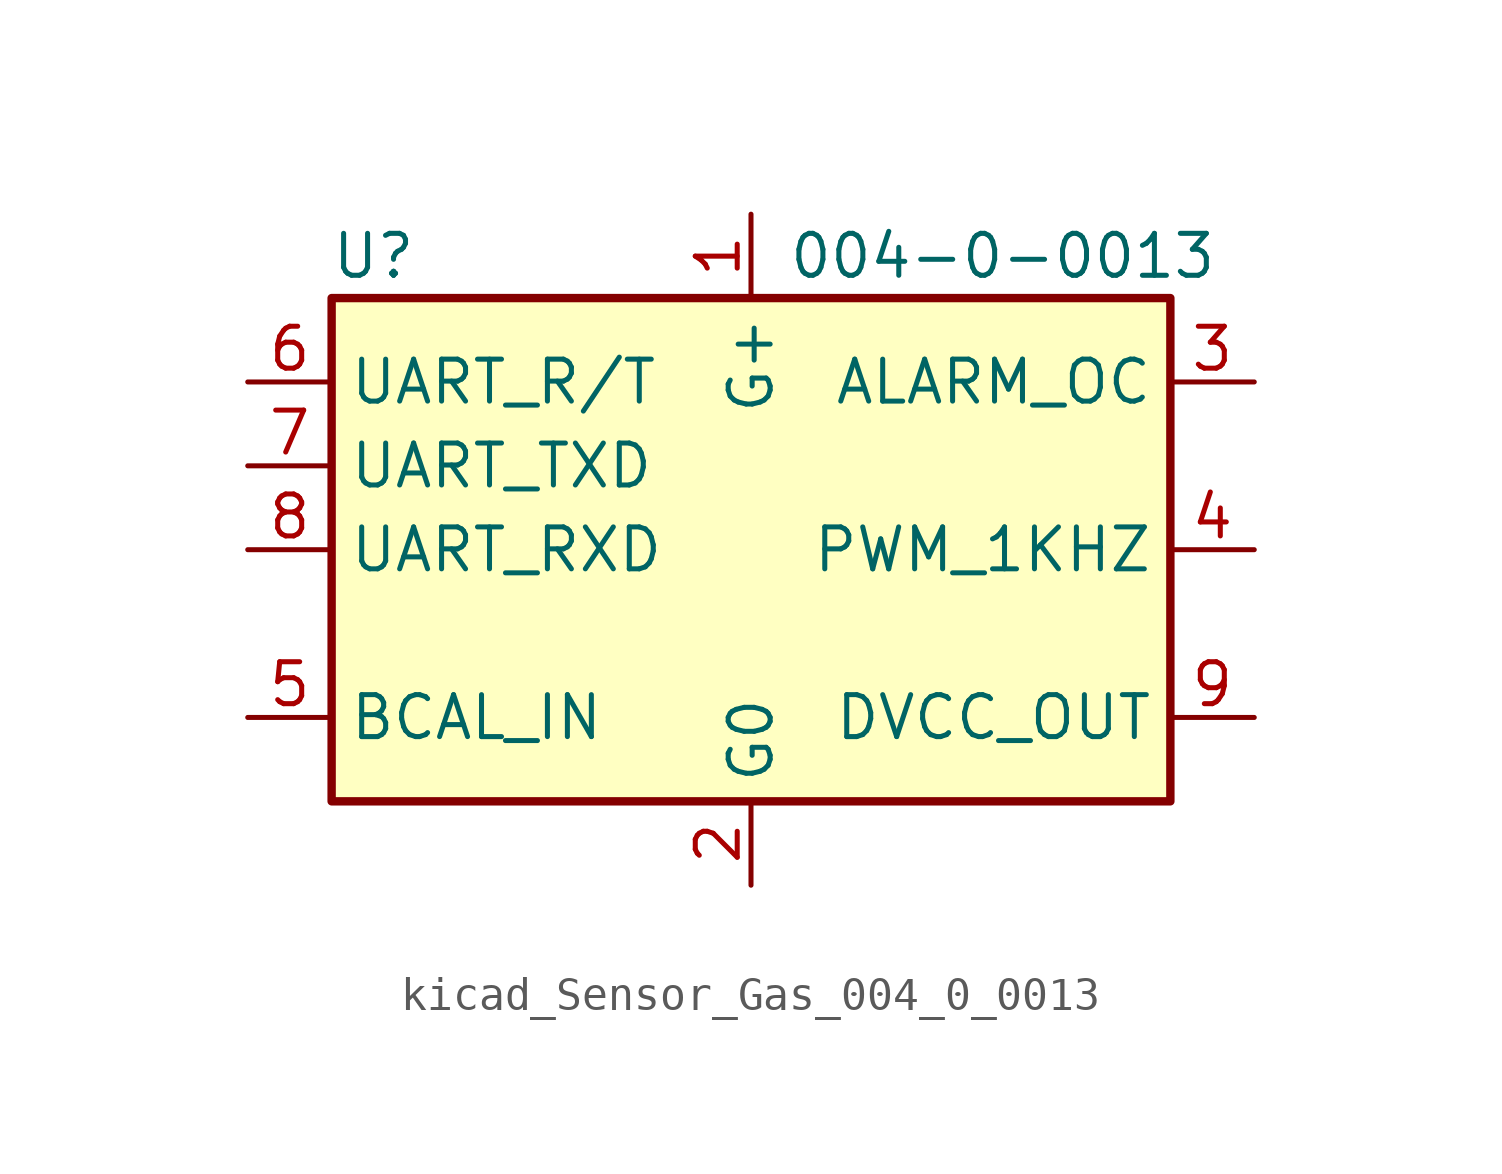
<source format=kicad_sym>
(kicad_symbol_lib
  (version 20220914)
  (generator kicad_symbol_editor)
  (symbol "kicad_Sensor_Gas_004_0_0013"
    (property "Reference" "U"
      (at -11.43 8.89 0)
      (effects (font (size 1.27 1.27))))
    (property "Value" "004-0-0013"
      (at 7.62 8.89 0)
      (effects (font (size 1.27 1.27))))
    (symbol "kicad_Sensor_Gas_004_0_0013_0_1"
      (rectangle (start -12.7 7.62) (end 12.7 -7.62) (stroke (width 0.254) (type default)) (fill (type background))))
    (symbol "kicad_Sensor_Gas_004_0_0013_1_1"
      (pin power_in line (at 0 10.16 270) (length 2.54) (name "G+" (effects (font (size 1.27 1.27)))) (number "1" (effects (font (size 1.27 1.27)))))
      (pin power_in line (at 0 -10.16 90) (length 2.54) (name "G0" (effects (font (size 1.27 1.27)))) (number "2" (effects (font (size 1.27 1.27)))))
      (pin open_collector line (at 15.24 5.08 180) (length 2.54) (name "ALARM_OC" (effects (font (size 1.27 1.27)))) (number "3" (effects (font (size 1.27 1.27)))))
      (pin output line (at 15.24 0 180) (length 2.54) (name "PWM_1KHZ" (effects (font (size 1.27 1.27)))) (number "4" (effects (font (size 1.27 1.27)))))
      (pin input line (at -15.24 -5.08 0) (length 2.54) (name "BCAL_IN" (effects (font (size 1.27 1.27)))) (number "5" (effects (font (size 1.27 1.27)))))
      (pin output line (at -15.24 5.08 0) (length 2.54) (name "UART_R/T" (effects (font (size 1.27 1.27)))) (number "6" (effects (font (size 1.27 1.27)))))
      (pin output line (at -15.24 2.54 0) (length 2.54) (name "UART_TXD" (effects (font (size 1.27 1.27)))) (number "7" (effects (font (size 1.27 1.27)))))
      (pin input line (at -15.24 0 0) (length 2.54) (name "UART_RXD" (effects (font (size 1.27 1.27)))) (number "8" (effects (font (size 1.27 1.27)))))
      (pin power_out line (at 15.24 -5.08 180) (length 2.54) (name "DVCC_OUT" (effects (font (size 1.27 1.27)))) (number "9" (effects (font (size 1.27 1.27))))))))
</source>
